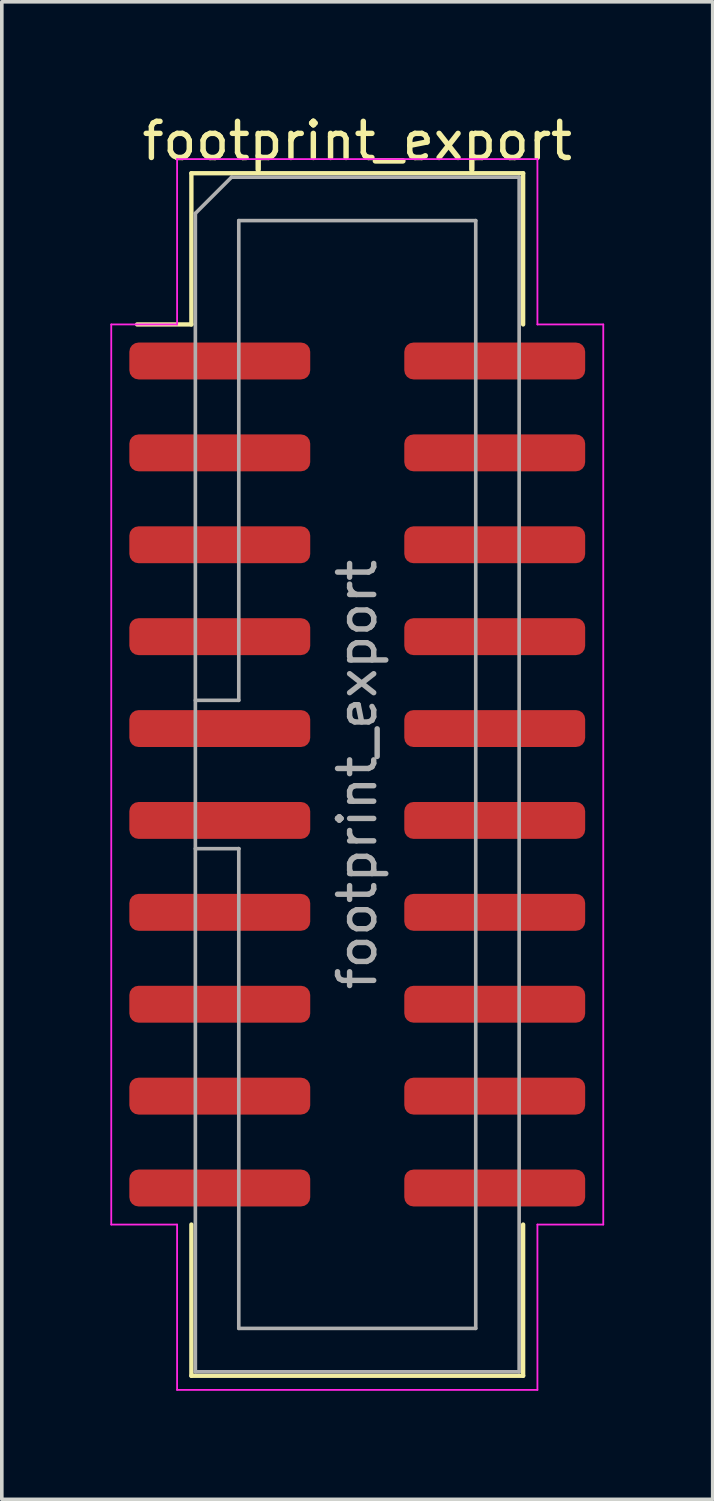
<source format=kicad_pcb>
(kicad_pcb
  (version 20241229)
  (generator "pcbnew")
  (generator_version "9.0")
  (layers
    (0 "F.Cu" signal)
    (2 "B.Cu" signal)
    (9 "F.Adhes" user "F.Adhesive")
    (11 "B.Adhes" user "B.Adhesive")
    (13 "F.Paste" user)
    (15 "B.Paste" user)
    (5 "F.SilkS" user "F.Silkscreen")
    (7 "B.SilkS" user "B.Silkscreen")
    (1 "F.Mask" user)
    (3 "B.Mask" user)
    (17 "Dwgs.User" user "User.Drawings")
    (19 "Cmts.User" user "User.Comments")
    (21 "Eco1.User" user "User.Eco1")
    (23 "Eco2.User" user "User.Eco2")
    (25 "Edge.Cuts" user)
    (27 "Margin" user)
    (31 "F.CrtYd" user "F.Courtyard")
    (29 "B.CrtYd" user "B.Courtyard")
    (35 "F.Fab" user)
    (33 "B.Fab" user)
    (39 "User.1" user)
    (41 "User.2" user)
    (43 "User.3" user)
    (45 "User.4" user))
  (footprint "footprint_export"
    (layer "F.Cu")
    (at 6.825 18.358)
    (property "Reference" "footprint_export" (at 0 -17.51 0) (layer "F.SilkS") (effects (font (size 1 1) (thickness 0.15))))
    (attr smd)
    (fp_line (start -4.585 -16.62) (end 4.585 -16.62) (stroke (width 0.12) (type solid)) (layer "F.SilkS"))
    (fp_line (start -4.585 -12.44) (end -6.085 -12.44) (stroke (width 0.12) (type solid)) (layer "F.SilkS"))
    (fp_line (start -4.585 -12.44) (end -4.585 -16.62) (stroke (width 0.12) (type solid)) (layer "F.SilkS"))
    (fp_line (start -4.585 12.44) (end -4.585 16.62) (stroke (width 0.12) (type solid)) (layer "F.SilkS"))
    (fp_line (start -4.585 16.62) (end 4.585 16.62) (stroke (width 0.12) (type solid)) (layer "F.SilkS"))
    (fp_line (start 4.585 -16.62) (end 4.585 -12.44) (stroke (width 0.12) (type solid)) (layer "F.SilkS"))
    (fp_line (start 4.585 16.62) (end 4.585 12.44) (stroke (width 0.12) (type solid)) (layer "F.SilkS"))
    (fp_line (start -6.8 -12.44) (end -6.8 12.44) (stroke (width 0.05) (type solid)) (layer "F.CrtYd"))
    (fp_line (start -6.8 12.44) (end -4.98 12.44) (stroke (width 0.05) (type solid)) (layer "F.CrtYd"))
    (fp_line (start -4.98 -17.01) (end -4.98 -12.44) (stroke (width 0.05) (type solid)) (layer "F.CrtYd"))
    (fp_line (start -4.98 -12.44) (end -6.8 -12.44) (stroke (width 0.05) (type solid)) (layer "F.CrtYd"))
    (fp_line (start -4.98 12.44) (end -4.98 17.01) (stroke (width 0.05) (type solid)) (layer "F.CrtYd"))
    (fp_line (start -4.98 17.01) (end 4.98 17.01) (stroke (width 0.05) (type solid)) (layer "F.CrtYd"))
    (fp_line (start 4.98 -17.01) (end -4.98 -17.01) (stroke (width 0.05) (type solid)) (layer "F.CrtYd"))
    (fp_line (start 4.98 -12.44) (end 4.98 -17.01) (stroke (width 0.05) (type solid)) (layer "F.CrtYd"))
    (fp_line (start 4.98 12.44) (end 6.8 12.44) (stroke (width 0.05) (type solid)) (layer "F.CrtYd"))
    (fp_line (start 4.98 17.01) (end 4.98 12.44) (stroke (width 0.05) (type solid)) (layer "F.CrtYd"))
    (fp_line (start 6.8 -12.44) (end 4.98 -12.44) (stroke (width 0.05) (type solid)) (layer "F.CrtYd"))
    (fp_line (start 6.8 12.44) (end 6.8 -12.44) (stroke (width 0.05) (type solid)) (layer "F.CrtYd"))
    (fp_line (start -4.475 -15.51) (end -3.475 -16.51) (stroke (width 0.1) (type solid)) (layer "F.Fab"))
    (fp_line (start -4.475 -2.05) (end -3.275 -2.05) (stroke (width 0.1) (type solid)) (layer "F.Fab"))
    (fp_line (start -4.475 16.51) (end -4.475 -15.51) (stroke (width 0.1) (type solid)) (layer "F.Fab"))
    (fp_line (start -3.475 -16.51) (end 4.475 -16.51) (stroke (width 0.1) (type solid)) (layer "F.Fab"))
    (fp_line (start -3.275 -15.31) (end 3.275 -15.31) (stroke (width 0.1) (type solid)) (layer "F.Fab"))
    (fp_line (start -3.275 -2.05) (end -3.275 -15.31) (stroke (width 0.1) (type solid)) (layer "F.Fab"))
    (fp_line (start -3.275 2.05) (end -4.475 2.05) (stroke (width 0.1) (type solid)) (layer "F.Fab"))
    (fp_line (start -3.275 2.05) (end -3.275 2.05) (stroke (width 0.1) (type solid)) (layer "F.Fab"))
    (fp_line (start -3.275 15.31) (end -3.275 2.05) (stroke (width 0.1) (type solid)) (layer "F.Fab"))
    (fp_line (start 3.275 -15.31) (end 3.275 15.31) (stroke (width 0.1) (type solid)) (layer "F.Fab"))
    (fp_line (start 3.275 15.31) (end -3.275 15.31) (stroke (width 0.1) (type solid)) (layer "F.Fab"))
    (fp_line (start 4.475 -16.51) (end 4.475 16.51) (stroke (width 0.1) (type solid)) (layer "F.Fab"))
    (fp_line (start 4.475 16.51) (end -4.475 16.51) (stroke (width 0.1) (type solid)) (layer "F.Fab"))
    (fp_text user "${REFERENCE}" (at 0 0 90) (layer "F.Fab") (effects (font (size 1 1) (thickness 0.15))))
    (pad "1" smd roundrect (at -3.8 -11.43) (size 5 1.02) (layers "F.Cu" "F.Mask" "F.Paste") (roundrect_rratio 0.25))
    (pad "2" smd roundrect (at 3.8 -11.43) (size 5 1.02) (layers "F.Cu" "F.Mask" "F.Paste") (roundrect_rratio 0.25))
    (pad "3" smd roundrect (at -3.8 -8.89) (size 5 1.02) (layers "F.Cu" "F.Mask" "F.Paste") (roundrect_rratio 0.25))
    (pad "4" smd roundrect (at 3.8 -8.89) (size 5 1.02) (layers "F.Cu" "F.Mask" "F.Paste") (roundrect_rratio 0.25))
    (pad "5" smd roundrect (at -3.8 -6.35) (size 5 1.02) (layers "F.Cu" "F.Mask" "F.Paste") (roundrect_rratio 0.25))
    (pad "6" smd roundrect (at 3.8 -6.35) (size 5 1.02) (layers "F.Cu" "F.Mask" "F.Paste") (roundrect_rratio 0.25))
    (pad "7" smd roundrect (at -3.8 -3.81) (size 5 1.02) (layers "F.Cu" "F.Mask" "F.Paste") (roundrect_rratio 0.25))
    (pad "8" smd roundrect (at 3.8 -3.81) (size 5 1.02) (layers "F.Cu" "F.Mask" "F.Paste") (roundrect_rratio 0.25))
    (pad "9" smd roundrect (at -3.8 -1.27) (size 5 1.02) (layers "F.Cu" "F.Mask" "F.Paste") (roundrect_rratio 0.25))
    (pad "10" smd roundrect (at 3.8 -1.27) (size 5 1.02) (layers "F.Cu" "F.Mask" "F.Paste") (roundrect_rratio 0.25))
    (pad "11" smd roundrect (at -3.8 1.27) (size 5 1.02) (layers "F.Cu" "F.Mask" "F.Paste") (roundrect_rratio 0.25))
    (pad "12" smd roundrect (at 3.8 1.27) (size 5 1.02) (layers "F.Cu" "F.Mask" "F.Paste") (roundrect_rratio 0.25))
    (pad "13" smd roundrect (at -3.8 3.81) (size 5 1.02) (layers "F.Cu" "F.Mask" "F.Paste") (roundrect_rratio 0.25))
    (pad "14" smd roundrect (at 3.8 3.81) (size 5 1.02) (layers "F.Cu" "F.Mask" "F.Paste") (roundrect_rratio 0.25))
    (pad "15" smd roundrect (at -3.8 6.35) (size 5 1.02) (layers "F.Cu" "F.Mask" "F.Paste") (roundrect_rratio 0.25))
    (pad "16" smd roundrect (at 3.8 6.35) (size 5 1.02) (layers "F.Cu" "F.Mask" "F.Paste") (roundrect_rratio 0.25))
    (pad "17" smd roundrect (at -3.8 8.89) (size 5 1.02) (layers "F.Cu" "F.Mask" "F.Paste") (roundrect_rratio 0.25))
    (pad "18" smd roundrect (at 3.8 8.89) (size 5 1.02) (layers "F.Cu" "F.Mask" "F.Paste") (roundrect_rratio 0.25))
    (pad "19" smd roundrect (at -3.8 11.43) (size 5 1.02) (layers "F.Cu" "F.Mask" "F.Paste") (roundrect_rratio 0.25))
    (pad "20" smd roundrect (at 3.8 11.43) (size 5 1.02) (layers "F.Cu" "F.Mask" "F.Paste") (roundrect_rratio 0.25)))
  (gr_rect
    (start -3 -3)
    (end 16.65 38.393)
    (stroke (width 0.1) (type default))
    (fill no)
    (layer "Edge.Cuts")))
</source>
